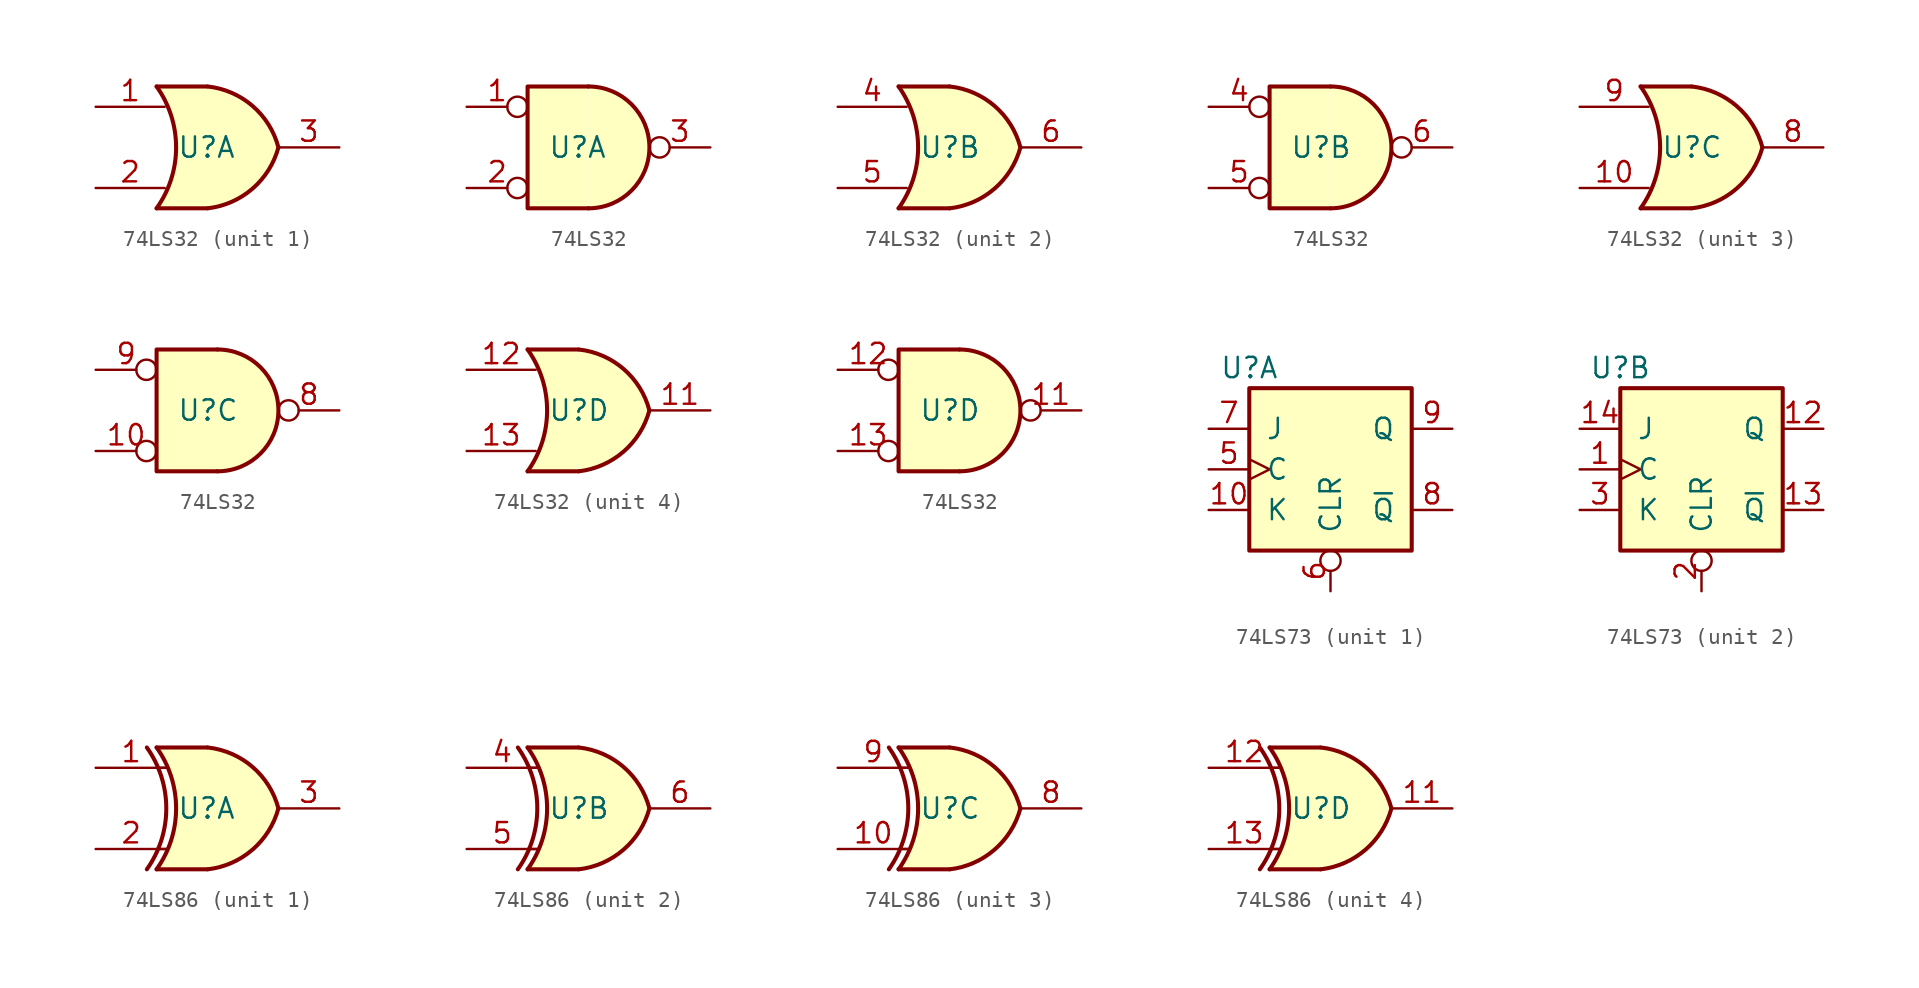
<source format=kicad_sym>
(kicad_symbol_lib
  (version 20220914)
  (generator kicad_symbol_editor)
  (symbol "74LS32"
    (pin_names
      (offset 1.016) hide)
    (property "Reference" "U"
      (at -2.54 0 0)
      (do_not_autoplace)
      (effects (font (size 1.27 1.27)) (justify left)))
    (property "ki_locked" ""
      (at 0 0 0)
      (effects (font (size 1.27 1.27))))
    (symbol "74LS32_1_1"
      (arc (start -3.81 -3.81) (mid -2.589 0) (end -3.81 3.81) (stroke (width 0.254) (type default)) (fill (type none)))
      (arc (start -0.6096 -3.81) (mid 2.1842 -2.5851) (end 3.81 0) (stroke (width 0.254) (type default)) (fill (type background)))
      (polyline (pts (xy -3.81 -3.81) (xy -0.635 -3.81)) (stroke (width 0.254) (type default)) (fill (type background)))
      (polyline (pts (xy -3.81 3.81) (xy -0.635 3.81)) (stroke (width 0.254) (type default)) (fill (type background)))
      (polyline (pts (xy -0.635 3.81) (xy -3.81 3.81) (xy -3.81 3.81) (xy -3.556 3.404) (xy -3.023 2.261) (xy -2.692 1.041) (xy -2.616 -0.254) (xy -2.769 -1.499) (xy -3.175 -2.718) (xy -3.81 -3.81) (xy -3.81 -3.81) (xy -0.635 -3.81)) (stroke (width -25.4) (type default)) (fill (type background)))
      (arc (start 3.81 0) (mid 2.1915 2.5936) (end -0.6096 3.81) (stroke (width 0.254) (type default)) (fill (type background)))
      (pin input line (at -7.62 2.54 0) (length 4.318) (name "~" (effects (font (size 1.27 1.27)))) (number "1" (effects (font (size 1.27 1.27)))))
      (pin input line (at -7.62 -2.54 0) (length 4.318) (name "~" (effects (font (size 1.27 1.27)))) (number "2" (effects (font (size 1.27 1.27)))))
      (pin output line (at 7.62 0 180) (length 3.81) (name "~" (effects (font (size 1.27 1.27)))) (number "3" (effects (font (size 1.27 1.27))))))
    (symbol "74LS32_1_2"
      (arc (start 0 -3.81) (mid 3.7934 0) (end 0 3.81) (stroke (width 0.254) (type default)) (fill (type background)))
      (polyline (pts (xy 0 3.81) (xy -3.81 3.81) (xy -3.81 -3.81) (xy 0 -3.81)) (stroke (width 0.254) (type default)) (fill (type background)))
      (pin input inverted (at -7.62 2.54 0) (length 3.81) (name "~" (effects (font (size 1.27 1.27)))) (number "1" (effects (font (size 1.27 1.27)))))
      (pin input inverted (at -7.62 -2.54 0) (length 3.81) (name "~" (effects (font (size 1.27 1.27)))) (number "2" (effects (font (size 1.27 1.27)))))
      (pin output inverted (at 7.62 0 180) (length 3.81) (name "~" (effects (font (size 1.27 1.27)))) (number "3" (effects (font (size 1.27 1.27))))))
    (symbol "74LS32_2_1"
      (arc (start -3.81 -3.81) (mid -2.589 0) (end -3.81 3.81) (stroke (width 0.254) (type default)) (fill (type none)))
      (arc (start -0.6096 -3.81) (mid 2.1842 -2.5851) (end 3.81 0) (stroke (width 0.254) (type default)) (fill (type background)))
      (polyline (pts (xy -3.81 -3.81) (xy -0.635 -3.81)) (stroke (width 0.254) (type default)) (fill (type background)))
      (polyline (pts (xy -3.81 3.81) (xy -0.635 3.81)) (stroke (width 0.254) (type default)) (fill (type background)))
      (polyline (pts (xy -0.635 3.81) (xy -3.81 3.81) (xy -3.81 3.81) (xy -3.556 3.404) (xy -3.023 2.261) (xy -2.692 1.041) (xy -2.616 -0.254) (xy -2.769 -1.499) (xy -3.175 -2.718) (xy -3.81 -3.81) (xy -3.81 -3.81) (xy -0.635 -3.81)) (stroke (width -25.4) (type default)) (fill (type background)))
      (arc (start 3.81 0) (mid 2.1915 2.5936) (end -0.6096 3.81) (stroke (width 0.254) (type default)) (fill (type background)))
      (pin input line (at -7.62 2.54 0) (length 4.318) (name "~" (effects (font (size 1.27 1.27)))) (number "4" (effects (font (size 1.27 1.27)))))
      (pin input line (at -7.62 -2.54 0) (length 4.318) (name "~" (effects (font (size 1.27 1.27)))) (number "5" (effects (font (size 1.27 1.27)))))
      (pin output line (at 7.62 0 180) (length 3.81) (name "~" (effects (font (size 1.27 1.27)))) (number "6" (effects (font (size 1.27 1.27))))))
    (symbol "74LS32_2_2"
      (arc (start 0 -3.81) (mid 3.7934 0) (end 0 3.81) (stroke (width 0.254) (type default)) (fill (type background)))
      (polyline (pts (xy 0 3.81) (xy -3.81 3.81) (xy -3.81 -3.81) (xy 0 -3.81)) (stroke (width 0.254) (type default)) (fill (type background)))
      (pin input inverted (at -7.62 2.54 0) (length 3.81) (name "~" (effects (font (size 1.27 1.27)))) (number "4" (effects (font (size 1.27 1.27)))))
      (pin input inverted (at -7.62 -2.54 0) (length 3.81) (name "~" (effects (font (size 1.27 1.27)))) (number "5" (effects (font (size 1.27 1.27)))))
      (pin output inverted (at 7.62 0 180) (length 3.81) (name "~" (effects (font (size 1.27 1.27)))) (number "6" (effects (font (size 1.27 1.27))))))
    (symbol "74LS32_3_1"
      (arc (start -3.81 -3.81) (mid -2.589 0) (end -3.81 3.81) (stroke (width 0.254) (type default)) (fill (type none)))
      (arc (start -0.6096 -3.81) (mid 2.1842 -2.5851) (end 3.81 0) (stroke (width 0.254) (type default)) (fill (type background)))
      (polyline (pts (xy -3.81 -3.81) (xy -0.635 -3.81)) (stroke (width 0.254) (type default)) (fill (type background)))
      (polyline (pts (xy -3.81 3.81) (xy -0.635 3.81)) (stroke (width 0.254) (type default)) (fill (type background)))
      (polyline (pts (xy -0.635 3.81) (xy -3.81 3.81) (xy -3.81 3.81) (xy -3.556 3.404) (xy -3.023 2.261) (xy -2.692 1.041) (xy -2.616 -0.254) (xy -2.769 -1.499) (xy -3.175 -2.718) (xy -3.81 -3.81) (xy -3.81 -3.81) (xy -0.635 -3.81)) (stroke (width -25.4) (type default)) (fill (type background)))
      (arc (start 3.81 0) (mid 2.1915 2.5936) (end -0.6096 3.81) (stroke (width 0.254) (type default)) (fill (type background)))
      (pin input line (at -7.62 -2.54 0) (length 4.318) (name "~" (effects (font (size 1.27 1.27)))) (number "10" (effects (font (size 1.27 1.27)))))
      (pin output line (at 7.62 0 180) (length 3.81) (name "~" (effects (font (size 1.27 1.27)))) (number "8" (effects (font (size 1.27 1.27)))))
      (pin input line (at -7.62 2.54 0) (length 4.318) (name "~" (effects (font (size 1.27 1.27)))) (number "9" (effects (font (size 1.27 1.27))))))
    (symbol "74LS32_3_2"
      (arc (start 0 -3.81) (mid 3.7934 0) (end 0 3.81) (stroke (width 0.254) (type default)) (fill (type background)))
      (polyline (pts (xy 0 3.81) (xy -3.81 3.81) (xy -3.81 -3.81) (xy 0 -3.81)) (stroke (width 0.254) (type default)) (fill (type background)))
      (pin input inverted (at -7.62 -2.54 0) (length 3.81) (name "~" (effects (font (size 1.27 1.27)))) (number "10" (effects (font (size 1.27 1.27)))))
      (pin output inverted (at 7.62 0 180) (length 3.81) (name "~" (effects (font (size 1.27 1.27)))) (number "8" (effects (font (size 1.27 1.27)))))
      (pin input inverted (at -7.62 2.54 0) (length 3.81) (name "~" (effects (font (size 1.27 1.27)))) (number "9" (effects (font (size 1.27 1.27))))))
    (symbol "74LS32_4_1"
      (arc (start -3.81 -3.81) (mid -2.589 0) (end -3.81 3.81) (stroke (width 0.254) (type default)) (fill (type none)))
      (arc (start -0.6096 -3.81) (mid 2.1842 -2.5851) (end 3.81 0) (stroke (width 0.254) (type default)) (fill (type background)))
      (polyline (pts (xy -3.81 -3.81) (xy -0.635 -3.81)) (stroke (width 0.254) (type default)) (fill (type background)))
      (polyline (pts (xy -3.81 3.81) (xy -0.635 3.81)) (stroke (width 0.254) (type default)) (fill (type background)))
      (polyline (pts (xy -0.635 3.81) (xy -3.81 3.81) (xy -3.81 3.81) (xy -3.556 3.404) (xy -3.023 2.261) (xy -2.692 1.041) (xy -2.616 -0.254) (xy -2.769 -1.499) (xy -3.175 -2.718) (xy -3.81 -3.81) (xy -3.81 -3.81) (xy -0.635 -3.81)) (stroke (width -25.4) (type default)) (fill (type background)))
      (arc (start 3.81 0) (mid 2.1915 2.5936) (end -0.6096 3.81) (stroke (width 0.254) (type default)) (fill (type background)))
      (pin output line (at 7.62 0 180) (length 3.81) (name "~" (effects (font (size 1.27 1.27)))) (number "11" (effects (font (size 1.27 1.27)))))
      (pin input line (at -7.62 2.54 0) (length 4.318) (name "~" (effects (font (size 1.27 1.27)))) (number "12" (effects (font (size 1.27 1.27)))))
      (pin input line (at -7.62 -2.54 0) (length 4.318) (name "~" (effects (font (size 1.27 1.27)))) (number "13" (effects (font (size 1.27 1.27))))))
    (symbol "74LS32_4_2"
      (arc (start 0 -3.81) (mid 3.7934 0) (end 0 3.81) (stroke (width 0.254) (type default)) (fill (type background)))
      (polyline (pts (xy 0 3.81) (xy -3.81 3.81) (xy -3.81 -3.81) (xy 0 -3.81)) (stroke (width 0.254) (type default)) (fill (type background)))
      (pin output inverted (at 7.62 0 180) (length 3.81) (name "~" (effects (font (size 1.27 1.27)))) (number "11" (effects (font (size 1.27 1.27)))))
      (pin input inverted (at -7.62 2.54 0) (length 3.81) (name "~" (effects (font (size 1.27 1.27)))) (number "12" (effects (font (size 1.27 1.27)))))
      (pin input inverted (at -7.62 -2.54 0) (length 3.81) (name "~" (effects (font (size 1.27 1.27)))) (number "13" (effects (font (size 1.27 1.27)))))))
  (symbol "74LS73"
    (pin_names
      (offset 1.016))
    (property "Reference" "U"
      (at -5.08 6.35 0)
      (effects (font (size 1.27 1.27))))
    (property "ki_locked" ""
      (at 0 0 0)
      (effects (font (size 1.27 1.27))))
    (symbol "74LS73_1_0"
      (pin input line (at -7.62 -2.54 0) (length 2.54) (name "K" (effects (font (size 1.27 1.27)))) (number "10" (effects (font (size 1.27 1.27)))))
      (pin input clock (at -7.62 0 0) (length 2.54) (name "C" (effects (font (size 1.27 1.27)))) (number "5" (effects (font (size 1.27 1.27)))))
      (pin input inverted (at 0 -7.62 90) (length 2.54) (name "CLR" (effects (font (size 1.27 1.27)))) (number "6" (effects (font (size 1.27 1.27)))))
      (pin input line (at -7.62 2.54 0) (length 2.54) (name "J" (effects (font (size 1.27 1.27)))) (number "7" (effects (font (size 1.27 1.27)))))
      (pin output line (at 7.62 -2.54 180) (length 2.54) (name "~{Q}" (effects (font (size 1.27 1.27)))) (number "8" (effects (font (size 1.27 1.27)))))
      (pin output line (at 7.62 2.54 180) (length 2.54) (name "Q" (effects (font (size 1.27 1.27)))) (number "9" (effects (font (size 1.27 1.27))))))
    (symbol "74LS73_1_1"
      (rectangle (start -5.08 5.08) (end 5.08 -5.08) (stroke (width 0.254) (type default)) (fill (type background))))
    (symbol "74LS73_2_0"
      (pin input clock (at -7.62 0 0) (length 2.54) (name "C" (effects (font (size 1.27 1.27)))) (number "1" (effects (font (size 1.27 1.27)))))
      (pin output line (at 7.62 2.54 180) (length 2.54) (name "Q" (effects (font (size 1.27 1.27)))) (number "12" (effects (font (size 1.27 1.27)))))
      (pin output line (at 7.62 -2.54 180) (length 2.54) (name "~{Q}" (effects (font (size 1.27 1.27)))) (number "13" (effects (font (size 1.27 1.27)))))
      (pin input line (at -7.62 2.54 0) (length 2.54) (name "J" (effects (font (size 1.27 1.27)))) (number "14" (effects (font (size 1.27 1.27)))))
      (pin input inverted (at 0 -7.62 90) (length 2.54) (name "CLR" (effects (font (size 1.27 1.27)))) (number "2" (effects (font (size 1.27 1.27)))))
      (pin input line (at -7.62 -2.54 0) (length 2.54) (name "K" (effects (font (size 1.27 1.27)))) (number "3" (effects (font (size 1.27 1.27))))))
    (symbol "74LS73_2_1"
      (rectangle (start -5.08 5.08) (end 5.08 -5.08) (stroke (width 0.254) (type default)) (fill (type background)))))
  (symbol "74LS86"
    (pin_names
      (offset 1.016) hide)
    (property "Reference" "U"
      (at -2.54 0 0)
      (do_not_autoplace)
      (effects (font (size 1.27 1.27)) (justify left)))
    (property "ki_locked" ""
      (at 0 0 0)
      (effects (font (size 1.27 1.27))))
    (symbol "74LS86_1_0"
      (arc (start -4.4196 -3.81) (mid -3.2033 0) (end -4.4196 3.81) (stroke (width 0.254) (type default)) (fill (type none)))
      (arc (start -3.81 -3.81) (mid -2.589 0) (end -3.81 3.81) (stroke (width 0.254) (type default)) (fill (type none)))
      (arc (start -0.6096 -3.81) (mid 2.1842 -2.5851) (end 3.81 0) (stroke (width 0.254) (type default)) (fill (type background)))
      (polyline (pts (xy -3.81 -3.81) (xy -0.635 -3.81)) (stroke (width 0.254) (type default)) (fill (type background)))
      (polyline (pts (xy -3.81 3.81) (xy -0.635 3.81)) (stroke (width 0.254) (type default)) (fill (type background)))
      (polyline (pts (xy -0.635 3.81) (xy -3.81 3.81) (xy -3.81 3.81) (xy -3.556 3.404) (xy -3.023 2.261) (xy -2.692 1.041) (xy -2.616 -0.254) (xy -2.769 -1.499) (xy -3.175 -2.718) (xy -3.81 -3.81) (xy -3.81 -3.81) (xy -0.635 -3.81)) (stroke (width -25.4) (type default)) (fill (type background)))
      (arc (start 3.81 0) (mid 2.1915 2.5936) (end -0.6096 3.81) (stroke (width 0.254) (type default)) (fill (type background)))
      (pin input line (at -7.62 2.54 0) (length 4.445) (name "~" (effects (font (size 1.27 1.27)))) (number "1" (effects (font (size 1.27 1.27)))))
      (pin input line (at -7.62 -2.54 0) (length 4.445) (name "~" (effects (font (size 1.27 1.27)))) (number "2" (effects (font (size 1.27 1.27)))))
      (pin output line (at 7.62 0 180) (length 3.81) (name "~" (effects (font (size 1.27 1.27)))) (number "3" (effects (font (size 1.27 1.27))))))
    (symbol "74LS86_1_1"
      (polyline (pts (xy -3.81 -2.54) (xy -3.175 -2.54)) (stroke (width 0.152) (type default)) (fill (type none)))
      (polyline (pts (xy -3.81 2.54) (xy -3.175 2.54)) (stroke (width 0.152) (type default)) (fill (type none))))
    (symbol "74LS86_2_0"
      (arc (start -4.4196 -3.81) (mid -3.2033 0) (end -4.4196 3.81) (stroke (width 0.254) (type default)) (fill (type none)))
      (arc (start -3.81 -3.81) (mid -2.589 0) (end -3.81 3.81) (stroke (width 0.254) (type default)) (fill (type none)))
      (arc (start -0.6096 -3.81) (mid 2.1842 -2.5851) (end 3.81 0) (stroke (width 0.254) (type default)) (fill (type background)))
      (polyline (pts (xy -3.81 -3.81) (xy -0.635 -3.81)) (stroke (width 0.254) (type default)) (fill (type background)))
      (polyline (pts (xy -3.81 3.81) (xy -0.635 3.81)) (stroke (width 0.254) (type default)) (fill (type background)))
      (polyline (pts (xy -0.635 3.81) (xy -3.81 3.81) (xy -3.81 3.81) (xy -3.556 3.404) (xy -3.023 2.261) (xy -2.692 1.041) (xy -2.616 -0.254) (xy -2.769 -1.499) (xy -3.175 -2.718) (xy -3.81 -3.81) (xy -3.81 -3.81) (xy -0.635 -3.81)) (stroke (width -25.4) (type default)) (fill (type background)))
      (arc (start 3.81 0) (mid 2.1915 2.5936) (end -0.6096 3.81) (stroke (width 0.254) (type default)) (fill (type background)))
      (pin input line (at -7.62 2.54 0) (length 4.445) (name "~" (effects (font (size 1.27 1.27)))) (number "4" (effects (font (size 1.27 1.27)))))
      (pin input line (at -7.62 -2.54 0) (length 4.445) (name "~" (effects (font (size 1.27 1.27)))) (number "5" (effects (font (size 1.27 1.27)))))
      (pin output line (at 7.62 0 180) (length 3.81) (name "~" (effects (font (size 1.27 1.27)))) (number "6" (effects (font (size 1.27 1.27))))))
    (symbol "74LS86_2_1"
      (polyline (pts (xy -3.81 -2.54) (xy -3.175 -2.54)) (stroke (width 0.152) (type default)) (fill (type none)))
      (polyline (pts (xy -3.81 2.54) (xy -3.175 2.54)) (stroke (width 0.152) (type default)) (fill (type none))))
    (symbol "74LS86_3_0"
      (arc (start -4.4196 -3.81) (mid -3.2033 0) (end -4.4196 3.81) (stroke (width 0.254) (type default)) (fill (type none)))
      (arc (start -3.81 -3.81) (mid -2.589 0) (end -3.81 3.81) (stroke (width 0.254) (type default)) (fill (type none)))
      (arc (start -0.6096 -3.81) (mid 2.1842 -2.5851) (end 3.81 0) (stroke (width 0.254) (type default)) (fill (type background)))
      (polyline (pts (xy -3.81 -3.81) (xy -0.635 -3.81)) (stroke (width 0.254) (type default)) (fill (type background)))
      (polyline (pts (xy -3.81 3.81) (xy -0.635 3.81)) (stroke (width 0.254) (type default)) (fill (type background)))
      (polyline (pts (xy -0.635 3.81) (xy -3.81 3.81) (xy -3.81 3.81) (xy -3.556 3.404) (xy -3.023 2.261) (xy -2.692 1.041) (xy -2.616 -0.254) (xy -2.769 -1.499) (xy -3.175 -2.718) (xy -3.81 -3.81) (xy -3.81 -3.81) (xy -0.635 -3.81)) (stroke (width -25.4) (type default)) (fill (type background)))
      (arc (start 3.81 0) (mid 2.1915 2.5936) (end -0.6096 3.81) (stroke (width 0.254) (type default)) (fill (type background)))
      (pin input line (at -7.62 -2.54 0) (length 4.445) (name "~" (effects (font (size 1.27 1.27)))) (number "10" (effects (font (size 1.27 1.27)))))
      (pin output line (at 7.62 0 180) (length 3.81) (name "~" (effects (font (size 1.27 1.27)))) (number "8" (effects (font (size 1.27 1.27)))))
      (pin input line (at -7.62 2.54 0) (length 4.445) (name "~" (effects (font (size 1.27 1.27)))) (number "9" (effects (font (size 1.27 1.27))))))
    (symbol "74LS86_3_1"
      (polyline (pts (xy -3.81 -2.54) (xy -3.175 -2.54)) (stroke (width 0.152) (type default)) (fill (type none)))
      (polyline (pts (xy -3.81 2.54) (xy -3.175 2.54)) (stroke (width 0.152) (type default)) (fill (type none))))
    (symbol "74LS86_4_0"
      (arc (start -4.4196 -3.81) (mid -3.2033 0) (end -4.4196 3.81) (stroke (width 0.254) (type default)) (fill (type none)))
      (arc (start -3.81 -3.81) (mid -2.589 0) (end -3.81 3.81) (stroke (width 0.254) (type default)) (fill (type none)))
      (arc (start -0.6096 -3.81) (mid 2.1842 -2.5851) (end 3.81 0) (stroke (width 0.254) (type default)) (fill (type background)))
      (polyline (pts (xy -3.81 -3.81) (xy -0.635 -3.81)) (stroke (width 0.254) (type default)) (fill (type background)))
      (polyline (pts (xy -3.81 3.81) (xy -0.635 3.81)) (stroke (width 0.254) (type default)) (fill (type background)))
      (polyline (pts (xy -0.635 3.81) (xy -3.81 3.81) (xy -3.81 3.81) (xy -3.556 3.404) (xy -3.023 2.261) (xy -2.692 1.041) (xy -2.616 -0.254) (xy -2.769 -1.499) (xy -3.175 -2.718) (xy -3.81 -3.81) (xy -3.81 -3.81) (xy -0.635 -3.81)) (stroke (width -25.4) (type default)) (fill (type background)))
      (arc (start 3.81 0) (mid 2.1915 2.5936) (end -0.6096 3.81) (stroke (width 0.254) (type default)) (fill (type background)))
      (pin output line (at 7.62 0 180) (length 3.81) (name "~" (effects (font (size 1.27 1.27)))) (number "11" (effects (font (size 1.27 1.27)))))
      (pin input line (at -7.62 2.54 0) (length 4.445) (name "~" (effects (font (size 1.27 1.27)))) (number "12" (effects (font (size 1.27 1.27)))))
      (pin input line (at -7.62 -2.54 0) (length 4.445) (name "~" (effects (font (size 1.27 1.27)))) (number "13" (effects (font (size 1.27 1.27))))))
    (symbol "74LS86_4_1"
      (polyline (pts (xy -3.81 -2.54) (xy -3.175 -2.54)) (stroke (width 0.152) (type default)) (fill (type none)))
      (polyline (pts (xy -3.81 2.54) (xy -3.175 2.54)) (stroke (width 0.152) (type default)) (fill (type none))))))
</source>
